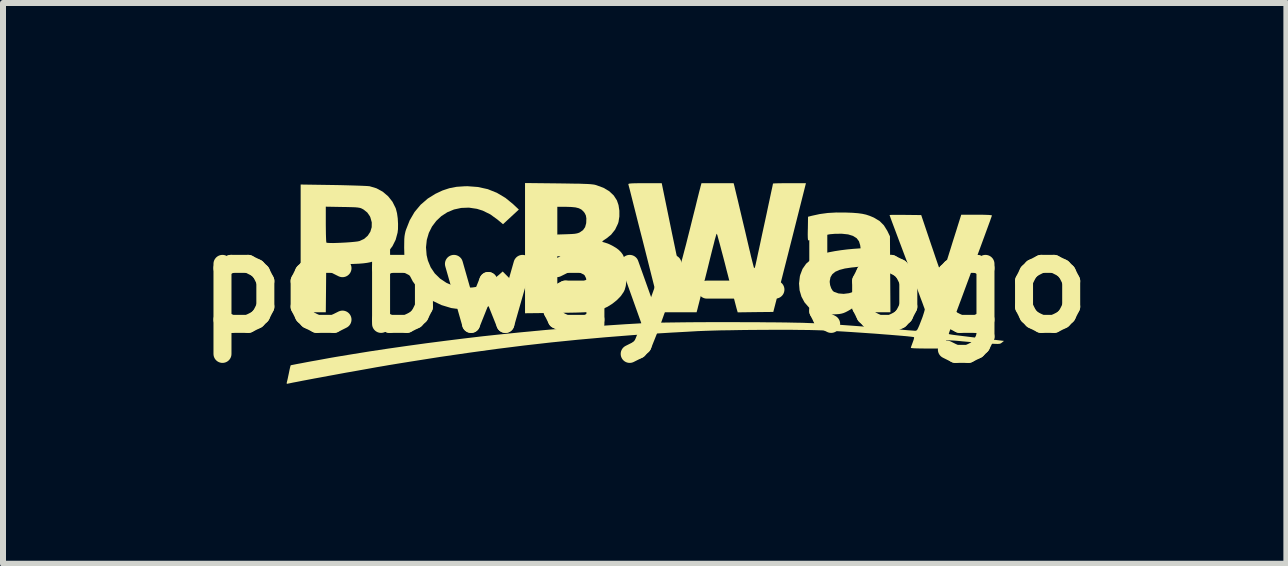
<source format=kicad_pcb>
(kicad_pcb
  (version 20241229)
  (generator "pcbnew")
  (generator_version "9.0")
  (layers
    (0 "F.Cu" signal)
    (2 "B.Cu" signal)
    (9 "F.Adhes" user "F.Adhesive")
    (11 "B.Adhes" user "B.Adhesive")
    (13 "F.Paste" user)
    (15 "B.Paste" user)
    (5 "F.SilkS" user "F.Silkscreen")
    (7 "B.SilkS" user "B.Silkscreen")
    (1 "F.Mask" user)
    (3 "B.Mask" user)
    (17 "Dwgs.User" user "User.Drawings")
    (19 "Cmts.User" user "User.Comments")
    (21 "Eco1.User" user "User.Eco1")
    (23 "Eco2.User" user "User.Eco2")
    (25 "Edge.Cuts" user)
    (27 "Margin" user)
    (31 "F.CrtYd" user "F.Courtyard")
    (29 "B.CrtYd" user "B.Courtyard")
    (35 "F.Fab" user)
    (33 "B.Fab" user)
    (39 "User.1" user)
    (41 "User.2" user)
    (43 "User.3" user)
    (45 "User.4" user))
  (footprint "pcbway-logo"
    (layer "F.Cu")
    (at 7.693 1.669)
    (property "Reference" "pcbway-logo" (at 0 0 0) (layer "F.SilkS") (effects (font (size 1.5 1.5) (thickness 0.3))))
    (attr board_only exclude_from_pos_files exclude_from_bom)
    (fp_poly (pts (xy -5.192 -1.636) (xy -5.073 -1.634) (xy -4.959 -1.631) (xy -4.854 -1.628) (xy -4.761 -1.625) (xy -4.684 -1.622) (xy -4.625 -1.619) (xy -4.589 -1.616) (xy -4.582 -1.615) (xy -4.469 -1.581) (xy -4.366 -1.525) (xy -4.276 -1.449) (xy -4.203 -1.357) (xy -4.15 -1.251) (xy -4.145 -1.236) (xy -4.127 -1.166) (xy -4.115 -1.08) (xy -4.11 -0.988) (xy -4.111 -0.9) (xy -4.118 -0.841) (xy -4.15 -0.723) (xy -4.204 -0.615) (xy -4.277 -0.52) (xy -4.367 -0.443) (xy -4.44 -0.4) (xy -4.485 -0.379) (xy -4.529 -0.362) (xy -4.574 -0.349) (xy -4.626 -0.339) (xy -4.687 -0.331) (xy -4.761 -0.325) (xy -4.854 -0.321) (xy -4.968 -0.317) (xy -4.992 -0.317) (xy -5.307 -0.308) (xy -5.31 0.089) (xy -5.314 0.485) (xy -5.524 0.485) (xy -5.733 0.485) (xy -5.733 -0.579) (xy -5.733 -0.981) (xy -5.314 -0.981) (xy -5.313 -0.895) (xy -5.312 -0.819) (xy -5.31 -0.755) (xy -5.308 -0.707) (xy -5.305 -0.681) (xy -5.304 -0.676) (xy -5.286 -0.672) (xy -5.248 -0.67) (xy -5.192 -0.669) (xy -5.126 -0.671) (xy -5.052 -0.674) (xy -4.977 -0.678) (xy -4.905 -0.683) (xy -4.84 -0.689) (xy -4.788 -0.695) (xy -4.754 -0.702) (xy -4.753 -0.702) (xy -4.675 -0.738) (xy -4.615 -0.791) (xy -4.572 -0.857) (xy -4.549 -0.933) (xy -4.548 -1.014) (xy -4.571 -1.096) (xy -4.579 -1.115) (xy -4.622 -1.177) (xy -4.683 -1.226) (xy -4.71 -1.241) (xy -4.729 -1.25) (xy -4.752 -1.256) (xy -4.783 -1.261) (xy -4.826 -1.265) (xy -4.886 -1.267) (xy -4.965 -1.269) (xy -5.035 -1.27) (xy -5.314 -1.275) (xy -5.314 -0.981) (xy -5.733 -0.981) (xy -5.733 -1.644)) (stroke (width 0) (type solid)) (fill yes) (layer "F.SilkS"))
    (fp_poly (pts (xy -2.779 -1.603) (xy -2.615 -1.567) (xy -2.463 -1.506) (xy -2.32 -1.421) (xy -2.195 -1.319) (xy -2.097 -1.227) (xy -2.229 -1.105) (xy -2.361 -0.983) (xy -2.453 -1.06) (xy -2.573 -1.147) (xy -2.699 -1.209) (xy -2.795 -1.239) (xy -2.929 -1.259) (xy -3.058 -1.254) (xy -3.178 -1.228) (xy -3.289 -1.182) (xy -3.388 -1.118) (xy -3.473 -1.038) (xy -3.544 -0.944) (xy -3.597 -0.838) (xy -3.631 -0.722) (xy -3.644 -0.598) (xy -3.634 -0.468) (xy -3.613 -0.378) (xy -3.566 -0.264) (xy -3.498 -0.163) (xy -3.409 -0.076) (xy -3.304 -0.006) (xy -3.183 0.046) (xy -3.133 0.061) (xy -3.055 0.073) (xy -2.963 0.077) (xy -2.867 0.071) (xy -2.779 0.058) (xy -2.727 0.044) (xy -2.627 -0.001) (xy -2.524 -0.063) (xy -2.435 -0.134) (xy -2.366 -0.195) (xy -2.236 -0.064) (xy -2.185 -0.012) (xy -2.15 0.024) (xy -2.129 0.049) (xy -2.12 0.065) (xy -2.12 0.076) (xy -2.128 0.085) (xy -2.133 0.089) (xy -2.226 0.164) (xy -2.303 0.223) (xy -2.369 0.271) (xy -2.428 0.308) (xy -2.485 0.338) (xy -2.542 0.363) (xy -2.606 0.386) (xy -2.631 0.394) (xy -2.692 0.408) (xy -2.773 0.419) (xy -2.866 0.427) (xy -2.964 0.43) (xy -3.059 0.43) (xy -3.146 0.425) (xy -3.217 0.415) (xy -3.227 0.413) (xy -3.386 0.365) (xy -3.53 0.296) (xy -3.659 0.206) (xy -3.771 0.097) (xy -3.864 -0.029) (xy -3.938 -0.171) (xy -3.984 -0.303) (xy -3.994 -0.348) (xy -4.001 -0.402) (xy -4.005 -0.469) (xy -4.007 -0.554) (xy -4.008 -0.59) (xy -4.007 -0.673) (xy -4.006 -0.735) (xy -4.002 -0.783) (xy -3.995 -0.824) (xy -3.986 -0.864) (xy -3.977 -0.892) (xy -3.916 -1.047) (xy -3.835 -1.186) (xy -3.734 -1.307) (xy -3.615 -1.41) (xy -3.488 -1.489) (xy -3.369 -1.545) (xy -3.254 -1.583) (xy -3.134 -1.606) (xy -3.001 -1.615) (xy -2.952 -1.616)) (stroke (width 0) (type solid)) (fill yes) (layer "F.SilkS"))
    (fp_poly (pts (xy -1.44 -1.663) (xy -1.3 -1.661) (xy -1.185 -1.659) (xy -1.09 -1.658) (xy -1.013 -1.655) (xy -0.953 -1.653) (xy -0.905 -1.65) (xy -0.868 -1.646) (xy -0.839 -1.642) (xy -0.815 -1.636) (xy -0.808 -1.634) (xy -0.688 -1.59) (xy -0.591 -1.533) (xy -0.516 -1.462) (xy -0.463 -1.38) (xy -0.436 -1.301) (xy -0.422 -1.208) (xy -0.422 -1.112) (xy -0.436 -1.022) (xy -0.445 -0.993) (xy -0.493 -0.892) (xy -0.56 -0.808) (xy -0.634 -0.748) (xy -0.672 -0.723) (xy -0.698 -0.704) (xy -0.708 -0.694) (xy -0.697 -0.686) (xy -0.67 -0.678) (xy -0.669 -0.678) (xy -0.611 -0.659) (xy -0.545 -0.628) (xy -0.48 -0.59) (xy -0.435 -0.557) (xy -0.393 -0.515) (xy -0.362 -0.472) (xy -0.34 -0.42) (xy -0.324 -0.355) (xy -0.314 -0.27) (xy -0.312 -0.25) (xy -0.305 -0.131) (xy -0.306 -0.034) (xy -0.315 0.045) (xy -0.333 0.11) (xy -0.351 0.147) (xy -0.398 0.215) (xy -0.463 0.282) (xy -0.541 0.344) (xy -0.623 0.395) (xy -0.633 0.399) (xy -0.675 0.419) (xy -0.715 0.436) (xy -0.755 0.45) (xy -0.797 0.461) (xy -0.846 0.47) (xy -0.902 0.477) (xy -0.97 0.483) (xy -1.053 0.487) (xy -1.152 0.49) (xy -1.271 0.492) (xy -1.413 0.494) (xy -1.453 0.495) (xy -1.994 0.501) (xy -1.994 -0.179) (xy -1.456 -0.179) (xy -1.456 0.092) (xy -1.268 0.092) (xy -1.169 0.09) (xy -1.092 0.086) (xy -1.035 0.077) (xy -1.013 0.072) (xy -0.938 0.037) (xy -0.882 -0.014) (xy -0.846 -0.082) (xy -0.84 -0.104) (xy -0.829 -0.192) (xy -0.842 -0.27) (xy -0.877 -0.336) (xy -0.933 -0.388) (xy -0.964 -0.406) (xy -0.991 -0.419) (xy -1.018 -0.428) (xy -1.049 -0.434) (xy -1.09 -0.438) (xy -1.145 -0.441) (xy -1.221 -0.443) (xy -1.243 -0.444) (xy -1.456 -0.449) (xy -1.456 -0.179) (xy -1.994 -0.179) (xy -1.994 -0.584) (xy -1.994 -1.042) (xy -1.456 -1.042) (xy -1.456 -0.811) (xy -1.296 -0.816) (xy -1.221 -0.819) (xy -1.167 -0.823) (xy -1.127 -0.83) (xy -1.096 -0.84) (xy -1.083 -0.846) (xy -1.028 -0.884) (xy -0.993 -0.934) (xy -0.975 -0.999) (xy -0.974 -1.016) (xy -0.972 -1.08) (xy -0.98 -1.128) (xy -1 -1.169) (xy -1.024 -1.199) (xy -1.056 -1.228) (xy -1.098 -1.249) (xy -1.153 -1.263) (xy -1.225 -1.27) (xy -1.319 -1.273) (xy -1.326 -1.273) (xy -1.456 -1.273) (xy -1.456 -1.042) (xy -1.994 -1.042) (xy -1.994 -1.669)) (stroke (width 0) (type solid)) (fill yes) (layer "F.SilkS"))
    (fp_poly (pts (xy 3.354 -1.177) (xy 3.358 -1.177) (xy 3.466 -1.173) (xy 3.554 -1.166) (xy 3.627 -1.156) (xy 3.69 -1.142) (xy 3.75 -1.122) (xy 3.812 -1.096) (xy 3.824 -1.09) (xy 3.914 -1.036) (xy 3.986 -0.964) (xy 4.043 -0.872) (xy 4.046 -0.866) (xy 4.087 -0.781) (xy 4.091 -0.148) (xy 4.095 0.485) (xy 3.845 0.485) (xy 3.595 0.485) (xy 3.595 0.407) (xy 3.594 0.365) (xy 3.591 0.337) (xy 3.587 0.328) (xy 3.574 0.336) (xy 3.546 0.355) (xy 3.509 0.383) (xy 3.505 0.386) (xy 3.453 0.423) (xy 3.394 0.459) (xy 3.352 0.481) (xy 3.315 0.497) (xy 3.28 0.507) (xy 3.241 0.514) (xy 3.19 0.518) (xy 3.121 0.52) (xy 3.116 0.52) (xy 3.051 0.521) (xy 2.993 0.52) (xy 2.949 0.517) (xy 2.926 0.513) (xy 2.822 0.466) (xy 2.734 0.401) (xy 2.663 0.319) (xy 2.612 0.224) (xy 2.581 0.118) (xy 2.572 0.004) (xy 2.575 -0.02) (xy 3.083 -0.02) (xy 3.09 0.033) (xy 3.108 0.085) (xy 3.133 0.126) (xy 3.154 0.144) (xy 3.23 0.171) (xy 3.316 0.178) (xy 3.405 0.167) (xy 3.472 0.145) (xy 3.519 0.123) (xy 3.553 0.102) (xy 3.574 0.078) (xy 3.587 0.046) (xy 3.593 -0.001) (xy 3.595 -0.066) (xy 3.595 -0.107) (xy 3.594 -0.17) (xy 3.593 -0.222) (xy 3.591 -0.259) (xy 3.588 -0.275) (xy 3.588 -0.276) (xy 3.572 -0.274) (xy 3.537 -0.271) (xy 3.488 -0.265) (xy 3.453 -0.262) (xy 3.337 -0.245) (xy 3.245 -0.221) (xy 3.175 -0.19) (xy 3.126 -0.149) (xy 3.096 -0.099) (xy 3.084 -0.037) (xy 3.083 -0.02) (xy 2.575 -0.02) (xy 2.586 -0.115) (xy 2.592 -0.138) (xy 2.63 -0.238) (xy 2.691 -0.325) (xy 2.775 -0.398) (xy 2.881 -0.458) (xy 2.934 -0.48) (xy 2.993 -0.498) (xy 3.073 -0.516) (xy 3.168 -0.534) (xy 3.272 -0.55) (xy 3.379 -0.563) (xy 3.475 -0.572) (xy 3.598 -0.581) (xy 3.591 -0.632) (xy 3.571 -0.698) (xy 3.532 -0.75) (xy 3.471 -0.788) (xy 3.39 -0.813) (xy 3.286 -0.824) (xy 3.172 -0.823) (xy 3.089 -0.816) (xy 3.003 -0.8) (xy 2.91 -0.774) (xy 2.802 -0.738) (xy 2.738 -0.714) (xy 2.73 -0.713) (xy 2.723 -0.718) (xy 2.72 -0.733) (xy 2.718 -0.762) (xy 2.717 -0.809) (xy 2.718 -0.878) (xy 2.719 -0.906) (xy 2.722 -1.107) (xy 2.788 -1.124) (xy 2.917 -1.152) (xy 3.05 -1.17) (xy 3.193 -1.178)) (stroke (width 0) (type solid)) (fill yes) (layer "F.SilkS"))
    (fp_poly (pts (xy 0.426 -0.974) (xy 0.453 -0.842) (xy 0.479 -0.718) (xy 0.503 -0.603) (xy 0.524 -0.501) (xy 0.543 -0.413) (xy 0.558 -0.343) (xy 0.569 -0.291) (xy 0.576 -0.262) (xy 0.577 -0.257) (xy 0.582 -0.263) (xy 0.593 -0.294) (xy 0.609 -0.349) (xy 0.631 -0.427) (xy 0.657 -0.526) (xy 0.689 -0.646) (xy 0.724 -0.786) (xy 0.753 -0.9) (xy 0.785 -1.029) (xy 0.816 -1.153) (xy 0.845 -1.267) (xy 0.87 -1.37) (xy 0.892 -1.458) (xy 0.91 -1.53) (xy 0.924 -1.582) (xy 0.931 -1.612) (xy 0.933 -1.617) (xy 0.946 -1.666) (xy 1.214 -1.666) (xy 1.482 -1.666) (xy 1.495 -1.617) (xy 1.501 -1.591) (xy 1.513 -1.541) (xy 1.53 -1.47) (xy 1.552 -1.38) (xy 1.577 -1.273) (xy 1.606 -1.15) (xy 1.638 -1.015) (xy 1.673 -0.869) (xy 1.709 -0.714) (xy 1.747 -0.552) (xy 1.754 -0.525) (xy 1.772 -0.446) (xy 1.79 -0.375) (xy 1.805 -0.316) (xy 1.816 -0.274) (xy 1.822 -0.253) (xy 1.823 -0.252) (xy 1.831 -0.253) (xy 1.84 -0.276) (xy 1.847 -0.304) (xy 1.865 -0.385) (xy 1.885 -0.479) (xy 1.908 -0.584) (xy 1.932 -0.696) (xy 1.957 -0.814) (xy 1.983 -0.934) (xy 2.009 -1.053) (xy 2.034 -1.169) (xy 2.057 -1.279) (xy 2.079 -1.381) (xy 2.098 -1.471) (xy 2.114 -1.546) (xy 2.127 -1.605) (xy 2.135 -1.644) (xy 2.138 -1.66) (xy 2.139 -1.661) (xy 2.151 -1.662) (xy 2.186 -1.664) (xy 2.239 -1.665) (xy 2.307 -1.666) (xy 2.387 -1.666) (xy 2.413 -1.666) (xy 2.687 -1.666) (xy 2.466 -0.79) (xy 2.427 -0.637) (xy 2.389 -0.486) (xy 2.352 -0.341) (xy 2.317 -0.204) (xy 2.285 -0.077) (xy 2.256 0.036) (xy 2.232 0.132) (xy 2.212 0.21) (xy 2.198 0.266) (xy 2.194 0.282) (xy 2.143 0.479) (xy 1.847 0.482) (xy 1.55 0.486) (xy 1.53 0.417) (xy 1.523 0.39) (xy 1.51 0.34) (xy 1.492 0.271) (xy 1.469 0.186) (xy 1.444 0.087) (xy 1.415 -0.023) (xy 1.385 -0.14) (xy 1.365 -0.216) (xy 1.335 -0.335) (xy 1.306 -0.446) (xy 1.279 -0.547) (xy 1.256 -0.635) (xy 1.236 -0.708) (xy 1.221 -0.763) (xy 1.212 -0.797) (xy 1.208 -0.807) (xy 1.206 -0.814) (xy 1.204 -0.82) (xy 1.201 -0.823) (xy 1.198 -0.821) (xy 1.194 -0.811) (xy 1.188 -0.793) (xy 1.18 -0.764) (xy 1.168 -0.723) (xy 1.154 -0.666) (xy 1.135 -0.593) (xy 1.112 -0.502) (xy 1.084 -0.39) (xy 1.051 -0.255) (xy 1.03 -0.171) (xy 1 -0.052) (xy 0.972 0.06) (xy 0.947 0.163) (xy 0.924 0.254) (xy 0.905 0.33) (xy 0.89 0.388) (xy 0.881 0.425) (xy 0.878 0.436) (xy 0.865 0.485) (xy 0.567 0.485) (xy 0.268 0.485) (xy 0.001 -0.574) (xy -0.04 -0.736) (xy -0.08 -0.891) (xy -0.117 -1.037) (xy -0.151 -1.172) (xy -0.182 -1.294) (xy -0.209 -1.401) (xy -0.232 -1.492) (xy -0.25 -1.564) (xy -0.264 -1.615) (xy -0.271 -1.644) (xy -0.273 -1.65) (xy -0.269 -1.655) (xy -0.252 -1.66) (xy -0.219 -1.663) (xy -0.168 -1.665) (xy -0.095 -1.666) (xy 0.001 -1.666) (xy 0.003 -1.666) (xy 0.284 -1.666)) (stroke (width 0) (type solid)) (fill yes) (layer "F.SilkS"))
    (fp_poly (pts (xy 5.612 -1.141) (xy 5.682 -1.139) (xy 5.737 -1.137) (xy 5.773 -1.133) (xy 5.786 -1.13) (xy 5.786 -1.129) (xy 5.785 -1.125) (xy 5.782 -1.116) (xy 5.777 -1.1) (xy 5.768 -1.076) (xy 5.757 -1.043) (xy 5.741 -1) (xy 5.721 -0.945) (xy 5.696 -0.877) (xy 5.666 -0.795) (xy 5.63 -0.697) (xy 5.588 -0.583) (xy 5.539 -0.451) (xy 5.483 -0.3) (xy 5.42 -0.128) (xy 5.348 0.066) (xy 5.268 0.283) (xy 5.252 0.325) (xy 5.211 0.435) (xy 5.174 0.538) (xy 5.141 0.63) (xy 5.113 0.709) (xy 5.091 0.773) (xy 5.075 0.818) (xy 5.068 0.843) (xy 5.068 0.847) (xy 5.076 0.85) (xy 5.098 0.854) (xy 5.134 0.86) (xy 5.188 0.867) (xy 5.259 0.876) (xy 5.351 0.887) (xy 5.464 0.901) (xy 5.6 0.917) (xy 5.732 0.932) (xy 5.987 0.962) (xy 5.952 0.99) (xy 5.939 1) (xy 5.925 1.007) (xy 5.906 1.011) (xy 5.878 1.012) (xy 5.838 1.011) (xy 5.78 1.008) (xy 5.7 1.002) (xy 5.691 1.001) (xy 5.594 0.994) (xy 5.484 0.985) (xy 5.373 0.976) (xy 5.274 0.967) (xy 5.249 0.964) (xy 5.177 0.958) (xy 5.113 0.954) (xy 5.064 0.952) (xy 5.033 0.952) (xy 5.025 0.954) (xy 5.015 0.971) (xy 5.001 1.005) (xy 4.992 1.027) (xy 4.969 1.089) (xy 4.702 1.089) (xy 4.621 1.088) (xy 4.55 1.087) (xy 4.493 1.085) (xy 4.454 1.082) (xy 4.435 1.079) (xy 4.435 1.078) (xy 4.439 1.061) (xy 4.451 1.028) (xy 4.466 0.987) (xy 4.481 0.945) (xy 4.489 0.914) (xy 4.489 0.9) (xy 4.471 0.896) (xy 4.43 0.891) (xy 4.368 0.884) (xy 4.288 0.877) (xy 4.192 0.869) (xy 4.084 0.86) (xy 3.965 0.851) (xy 3.84 0.841) (xy 3.709 0.832) (xy 3.577 0.823) (xy 3.445 0.814) (xy 3.317 0.806) (xy 3.194 0.799) (xy 3.081 0.793) (xy 2.978 0.787) (xy 2.945 0.786) (xy 2.851 0.783) (xy 2.735 0.78) (xy 2.599 0.779) (xy 2.448 0.777) (xy 2.286 0.777) (xy 2.115 0.777) (xy 1.94 0.778) (xy 1.765 0.779) (xy 1.593 0.781) (xy 1.427 0.784) (xy 1.271 0.786) (xy 1.13 0.79) (xy 1.006 0.794) (xy 0.904 0.798) (xy 0.879 0.799) (xy 0.71 0.809) (xy 0.563 0.817) (xy 0.435 0.824) (xy 0.323 0.831) (xy 0.222 0.837) (xy 0.128 0.843) (xy 0.04 0.849) (xy -0.049 0.855) (xy -0.14 0.861) (xy -0.21 0.866) (xy -0.664 0.902) (xy -1.112 0.942) (xy -1.558 0.987) (xy -2.007 1.038) (xy -2.462 1.095) (xy -2.929 1.159) (xy -3.411 1.229) (xy -3.912 1.308) (xy -4.067 1.333) (xy -4.141 1.345) (xy -4.207 1.356) (xy -4.269 1.366) (xy -4.331 1.377) (xy -4.396 1.388) (xy -4.467 1.4) (xy -4.549 1.415) (xy -4.644 1.432) (xy -4.756 1.452) (xy -4.889 1.476) (xy -4.966 1.489) (xy -5.064 1.507) (xy -5.171 1.527) (xy -5.281 1.547) (xy -5.393 1.568) (xy -5.503 1.588) (xy -5.608 1.608) (xy -5.704 1.626) (xy -5.789 1.643) (xy -5.859 1.656) (xy -5.911 1.667) (xy -5.942 1.673) (xy -5.948 1.675) (xy -5.965 1.676) (xy -5.965 1.658) (xy -5.965 1.658) (xy -5.959 1.635) (xy -5.949 1.593) (xy -5.938 1.54) (xy -5.93 1.503) (xy -5.919 1.448) (xy -5.909 1.404) (xy -5.902 1.376) (xy -5.899 1.369) (xy -5.886 1.365) (xy -5.85 1.358) (xy -5.795 1.347) (xy -5.724 1.334) (xy -5.641 1.318) (xy -5.55 1.301) (xy -5.453 1.284) (xy -5.355 1.266) (xy -5.258 1.248) (xy -5.166 1.232) (xy -5.143 1.228) (xy -4.87 1.183) (xy -4.579 1.136) (xy -4.274 1.09) (xy -3.959 1.045) (xy -3.64 1.001) (xy -3.321 0.96) (xy -3.008 0.921) (xy -2.704 0.885) (xy -2.415 0.854) (xy -2.146 0.827) (xy -2.079 0.82) (xy -1.994 0.812) (xy -1.906 0.804) (xy -1.825 0.796) (xy -1.757 0.79) (xy -1.732 0.787) (xy -1.654 0.78) (xy -1.553 0.771) (xy -1.433 0.762) (xy -1.297 0.751) (xy -1.147 0.74) (xy -0.988 0.729) (xy -0.823 0.717) (xy -0.655 0.706) (xy -0.488 0.695) (xy -0.324 0.684) (xy -0.167 0.675) (xy -0.02 0.666) (xy -0.02 0.666) (xy 0.059 0.663) (xy 0.161 0.66) (xy 0.284 0.657) (xy 0.425 0.655) (xy 0.581 0.653) (xy 0.749 0.651) (xy 0.927 0.65) (xy 1.112 0.649) (xy 1.301 0.649) (xy 1.491 0.649) (xy 1.68 0.65) (xy 1.865 0.65) (xy 2.042 0.652) (xy 2.21 0.653) (xy 2.366 0.655) (xy 2.506 0.658) (xy 2.628 0.66) (xy 2.729 0.664) (xy 2.795 0.666) (xy 3.019 0.679) (xy 3.259 0.694) (xy 3.506 0.712) (xy 3.75 0.73) (xy 3.984 0.749) (xy 4.152 0.763) (xy 4.243 0.771) (xy 4.326 0.779) (xy 4.398 0.785) (xy 4.455 0.789) (xy 4.492 0.792) (xy 4.504 0.793) (xy 4.519 0.792) (xy 4.532 0.786) (xy 4.544 0.772) (xy 4.558 0.744) (xy 4.577 0.701) (xy 4.602 0.637) (xy 4.607 0.624) (xy 4.631 0.561) (xy 4.649 0.505) (xy 4.662 0.462) (xy 4.667 0.437) (xy 4.667 0.434) (xy 4.661 0.418) (xy 4.647 0.38) (xy 4.626 0.322) (xy 4.597 0.246) (xy 4.563 0.153) (xy 4.523 0.047) (xy 4.479 -0.071) (xy 4.431 -0.198) (xy 4.38 -0.333) (xy 4.371 -0.358) (xy 4.32 -0.493) (xy 4.272 -0.621) (xy 4.227 -0.74) (xy 4.187 -0.847) (xy 4.152 -0.94) (xy 4.123 -1.017) (xy 4.101 -1.077) (xy 4.087 -1.117) (xy 4.08 -1.135) (xy 4.08 -1.135) (xy 4.093 -1.137) (xy 4.128 -1.139) (xy 4.181 -1.139) (xy 4.248 -1.139) (xy 4.327 -1.139) (xy 4.344 -1.138) (xy 4.608 -1.135) (xy 4.775 -0.639) (xy 4.812 -0.531) (xy 4.846 -0.43) (xy 4.877 -0.34) (xy 4.904 -0.263) (xy 4.925 -0.202) (xy 4.94 -0.16) (xy 4.948 -0.139) (xy 4.949 -0.137) (xy 4.952 -0.135) (xy 4.955 -0.137) (xy 4.959 -0.146) (xy 4.966 -0.163) (xy 4.976 -0.192) (xy 4.99 -0.236) (xy 5.01 -0.296) (xy 5.035 -0.376) (xy 5.067 -0.478) (xy 5.069 -0.485) (xy 5.099 -0.58) (xy 5.132 -0.687) (xy 5.166 -0.794) (xy 5.197 -0.892) (xy 5.208 -0.928) (xy 5.275 -1.141) (xy 5.531 -1.141)) (stroke (width 0) (type solid)) (fill yes) (layer "F.SilkS")))
  (gr_rect
    (start -3 -3)
    (end 18.386 6.344)
    (stroke (width 0.1) (type default))
    (fill no)
    (layer "Edge.Cuts")))
</source>
